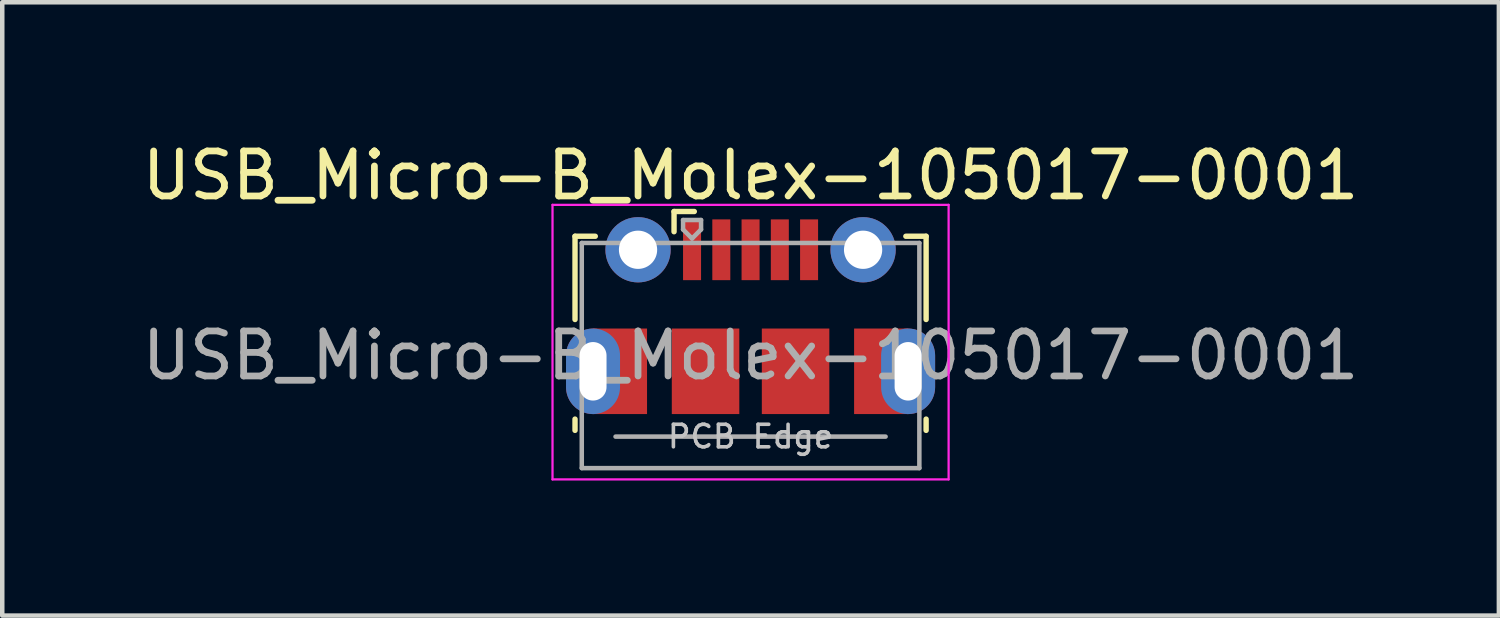
<source format=kicad_pcb>
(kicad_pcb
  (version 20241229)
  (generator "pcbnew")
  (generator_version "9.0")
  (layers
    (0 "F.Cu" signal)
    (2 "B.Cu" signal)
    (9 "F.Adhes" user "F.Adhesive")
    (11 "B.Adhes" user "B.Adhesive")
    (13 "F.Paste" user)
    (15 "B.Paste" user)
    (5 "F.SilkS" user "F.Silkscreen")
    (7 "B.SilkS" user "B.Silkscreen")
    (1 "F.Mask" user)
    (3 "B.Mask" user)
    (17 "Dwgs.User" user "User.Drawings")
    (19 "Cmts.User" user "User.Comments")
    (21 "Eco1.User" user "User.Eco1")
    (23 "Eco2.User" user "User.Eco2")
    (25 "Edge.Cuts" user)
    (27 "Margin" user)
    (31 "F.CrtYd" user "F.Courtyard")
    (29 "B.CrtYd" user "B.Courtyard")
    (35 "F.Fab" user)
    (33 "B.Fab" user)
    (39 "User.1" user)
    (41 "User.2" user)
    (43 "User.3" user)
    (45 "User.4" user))
  (footprint "USB_Micro-B_Molex-105017-0001"
    (layer "F.Cu")
    (at 13.625 3.961)
    (property "Reference" "USB_Micro-B_Molex-105017-0001" (at 0 -3.112 0) (layer "F.SilkS") (effects (font (size 1 1) (thickness 0.15))))
    (attr smd)
    (fp_line (start -3.9 -1.762) (end -3.45 -1.762) (stroke (width 0.12) (type solid)) (layer "F.SilkS"))
    (fp_line (start -3.9 0.087) (end -3.9 -1.762) (stroke (width 0.12) (type solid)) (layer "F.SilkS"))
    (fp_line (start -3.9 2.55) (end -3.9 2.3) (stroke (width 0.12) (type solid)) (layer "F.SilkS"))
    (fp_line (start -1.7 -2.312) (end -1.7 -1.863) (stroke (width 0.12) (type solid)) (layer "F.SilkS"))
    (fp_line (start -1.7 -2.312) (end -1.25 -2.312) (stroke (width 0.12) (type solid)) (layer "F.SilkS"))
    (fp_line (start 3.9 -1.762) (end 3.45 -1.762) (stroke (width 0.12) (type solid)) (layer "F.SilkS"))
    (fp_line (start 3.9 0.087) (end 3.9 -1.762) (stroke (width 0.12) (type solid)) (layer "F.SilkS"))
    (fp_line (start 3.9 2.55) (end 3.9 2.3) (stroke (width 0.12) (type solid)) (layer "F.SilkS"))
    (fp_line (start -4.4 -2.46) (end 4.4 -2.46) (stroke (width 0.05) (type solid)) (layer "F.CrtYd"))
    (fp_line (start -4.4 3.64) (end -4.4 -2.46) (stroke (width 0.05) (type solid)) (layer "F.CrtYd"))
    (fp_line (start -4.4 3.64) (end 4.4 3.64) (stroke (width 0.05) (type solid)) (layer "F.CrtYd"))
    (fp_line (start 4.4 -2.46) (end 4.4 3.64) (stroke (width 0.05) (type solid)) (layer "F.CrtYd"))
    (fp_line (start -3.75 -1.613) (end 3.75 -1.613) (stroke (width 0.1) (type solid)) (layer "F.Fab"))
    (fp_line (start -3.75 3.388) (end -3.75 -1.613) (stroke (width 0.1) (type solid)) (layer "F.Fab"))
    (fp_line (start -3.75 3.389) (end 3.75 3.389) (stroke (width 0.1) (type solid)) (layer "F.Fab"))
    (fp_line (start -3 2.689) (end 3 2.689) (stroke (width 0.1) (type solid)) (layer "F.Fab"))
    (fp_line (start -1.5 -2.123) (end -1.5 -1.913) (stroke (width 0.1) (type solid)) (layer "F.Fab"))
    (fp_line (start -1.5 -2.123) (end -1.1 -2.123) (stroke (width 0.1) (type solid)) (layer "F.Fab"))
    (fp_line (start -1.3 -1.712) (end -1.5 -1.913) (stroke (width 0.1) (type solid)) (layer "F.Fab"))
    (fp_line (start -1.1 -2.123) (end -1.1 -1.913) (stroke (width 0.1) (type solid)) (layer "F.Fab"))
    (fp_line (start -1.1 -1.913) (end -1.3 -1.712) (stroke (width 0.1) (type solid)) (layer "F.Fab"))
    (fp_line (start 3.75 3.388) (end 3.75 -1.613) (stroke (width 0.1) (type solid)) (layer "F.Fab"))
    (fp_text user "PCB Edge" (at 0 2.688 0) (layer "Dwgs.User") (effects (font (size 0.5 0.5) (thickness 0.08))))
    (fp_text user "${REFERENCE}" (at 0 0.887 0) (layer "F.Fab") (effects (font (size 1 1) (thickness 0.15))))
    (pad "1" smd rect (at -1.3 -1.462) (size 0.4 1.35) (layers "F.Cu" "F.Mask" "F.Paste"))
    (pad "2" smd rect (at -0.65 -1.462) (size 0.4 1.35) (layers "F.Cu" "F.Mask" "F.Paste"))
    (pad "3" smd rect (at 0 -1.462) (size 0.4 1.35) (layers "F.Cu" "F.Mask" "F.Paste"))
    (pad "4" smd rect (at 0.65 -1.462) (size 0.4 1.35) (layers "F.Cu" "F.Mask" "F.Paste"))
    (pad "5" smd rect (at 1.3 -1.462) (size 0.4 1.35) (layers "F.Cu" "F.Mask" "F.Paste"))
    (pad "6" thru_hole oval (at -3.5 1.238 180) (size 1.2 1.9) (drill oval 0.6 1.3) (layers "*.Cu" "*.Mask"))
    (pad "6" smd rect (at -2.9 1.238) (size 1.2 1.9) (layers "F.Cu" "F.Mask"))
    (pad "6" thru_hole circle (at -2.5 -1.462) (size 1.45 1.45) (drill 0.85) (layers "*.Cu" "*.Mask"))
    (pad "6" smd rect (at -1 1.238) (size 1.5 1.9) (layers "F.Cu" "F.Mask" "F.Paste"))
    (pad "6" smd rect (at 1 1.238) (size 1.5 1.9) (layers "F.Cu" "F.Mask" "F.Paste"))
    (pad "6" thru_hole circle (at 2.5 -1.462) (size 1.45 1.45) (drill 0.85) (layers "*.Cu" "*.Mask"))
    (pad "6" smd rect (at 2.9 1.238) (size 1.2 1.9) (layers "F.Cu" "F.Mask"))
    (pad "6" thru_hole oval (at 3.5 1.238) (size 1.2 1.9) (drill oval 0.6 1.3) (layers "*.Cu" "*.Mask")))
  (gr_rect
    (start -3 -3)
    (end 30.25 10.626)
    (stroke (width 0.1) (type default))
    (fill no)
    (layer "Edge.Cuts")))
</source>
